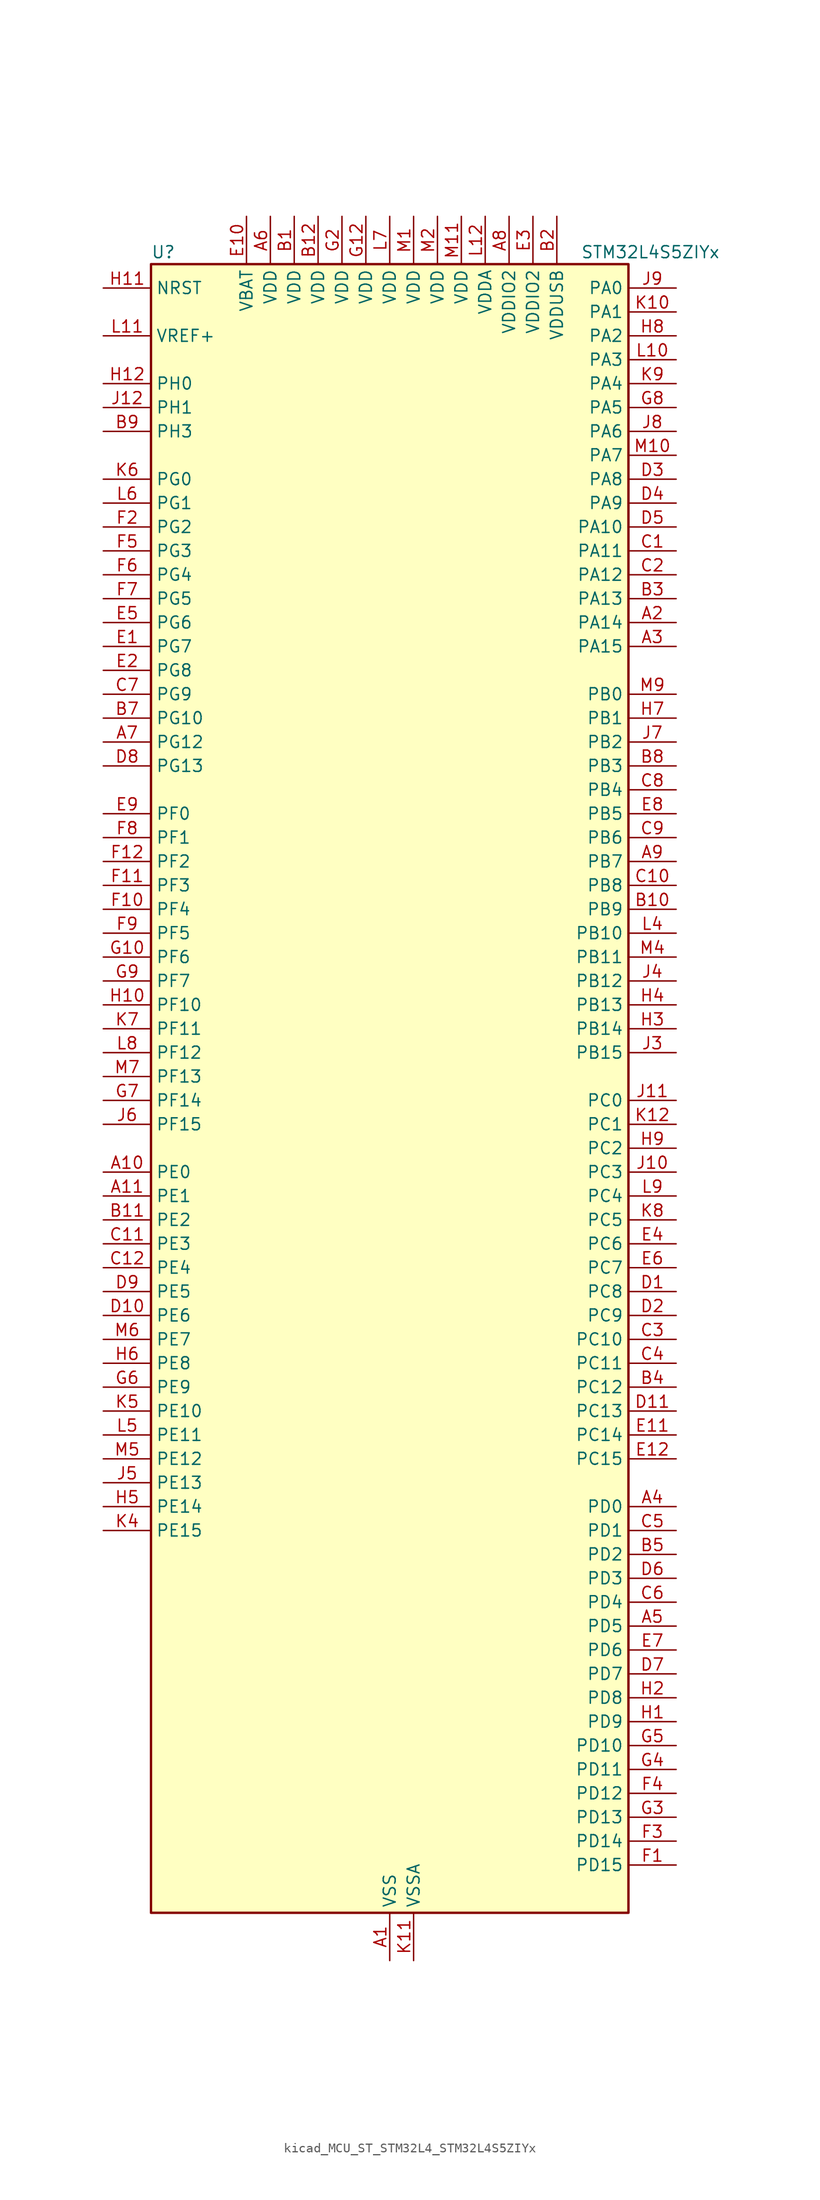
<source format=kicad_sym>
(kicad_symbol_lib
  (version 20220914)
  (generator kicad_symbol_editor)
  (symbol "kicad_MCU_ST_STM32L4_STM32L4S5ZIYx"
    (property "Reference" "U"
      (at -25.4 90.17 0)
      (effects (font (size 1.27 1.27)) (justify left)))
    (property "Value" "STM32L4S5ZIYx"
      (at 20.32 90.17 0)
      (effects (font (size 1.27 1.27)) (justify left)))
    (property "ki_locked" ""
      (at 0 0 0)
      (effects (font (size 1.27 1.27))))
    (symbol "kicad_MCU_ST_STM32L4_STM32L4S5ZIYx_0_1"
      (rectangle (start -25.4 -86.36) (end 25.4 88.9) (stroke (width 0.254) (type default)) (fill (type background))))
    (symbol "kicad_MCU_ST_STM32L4_STM32L4S5ZIYx_1_1"
      (pin power_in line (at 0 -91.44 90) (length 5.08) (name "VSS" (effects (font (size 1.27 1.27)))) (number "A1" (effects (font (size 1.27 1.27)))))
      (pin bidirectional line (at -30.48 -7.62 0) (length 5.08) (name "PE0" (effects (font (size 1.27 1.27)))) (number "A10" (effects (font (size 1.27 1.27)))) (alternate "DCMI_D2" bidirectional line) (alternate "FMC_NBL0" bidirectional line) (alternate "TIM16_CH1" bidirectional line) (alternate "TIM4_ETR" bidirectional line))
      (pin bidirectional line (at -30.48 -10.16 0) (length 5.08) (name "PE1" (effects (font (size 1.27 1.27)))) (number "A11" (effects (font (size 1.27 1.27)))) (alternate "DCMI_D3" bidirectional line) (alternate "FMC_NBL1" bidirectional line) (alternate "TIM17_CH1" bidirectional line))
      (pin passive line (at 0 -91.44 90) (length 5.08) hide (name "VSS" (effects (font (size 1.27 1.27)))) (number "A12" (effects (font (size 1.27 1.27)))))
      (pin bidirectional line (at 30.48 50.8 180) (length 5.08) (name "PA14" (effects (font (size 1.27 1.27)))) (number "A2" (effects (font (size 1.27 1.27)))) (alternate "I2C1_SMBA" bidirectional line) (alternate "I2C4_SMBA" bidirectional line) (alternate "LPTIM1_OUT" bidirectional line) (alternate "SAI1_FS_B" bidirectional line) (alternate "SYS_JTCK-SWCLK" bidirectional line) (alternate "USB_OTG_FS_SOF" bidirectional line))
      (pin bidirectional line (at 30.48 48.26 180) (length 5.08) (name "PA15" (effects (font (size 1.27 1.27)))) (number "A3" (effects (font (size 1.27 1.27)))) (alternate "ADC1_EXTI15" bidirectional line) (alternate "SAI2_FS_B" bidirectional line) (alternate "SPI1_NSS" bidirectional line) (alternate "SPI3_NSS" bidirectional line) (alternate "SYS_JTDI" bidirectional line) (alternate "TIM2_CH1" bidirectional line) (alternate "TIM2_ETR" bidirectional line) (alternate "TSC_G3_IO1" bidirectional line) (alternate "UART4_DE" bidirectional line) (alternate "UART4_RTS" bidirectional line) (alternate "USART2_RX" bidirectional line) (alternate "USART3_DE" bidirectional line) (alternate "USART3_RTS" bidirectional line))
      (pin bidirectional line (at 30.48 -43.18 180) (length 5.08) (name "PD0" (effects (font (size 1.27 1.27)))) (number "A4" (effects (font (size 1.27 1.27)))) (alternate "CAN1_RX" bidirectional line) (alternate "DFSDM1_DATIN7" bidirectional line) (alternate "FMC_D2" bidirectional line) (alternate "FMC_DA2" bidirectional line) (alternate "SPI2_NSS" bidirectional line))
      (pin bidirectional line (at 30.48 -55.88 180) (length 5.08) (name "PD5" (effects (font (size 1.27 1.27)))) (number "A5" (effects (font (size 1.27 1.27)))) (alternate "FMC_NWE" bidirectional line) (alternate "OCTOSPIM_P1_IO5" bidirectional line) (alternate "USART2_TX" bidirectional line))
      (pin power_in line (at -12.7 93.98 270) (length 5.08) (name "VDD" (effects (font (size 1.27 1.27)))) (number "A6" (effects (font (size 1.27 1.27)))))
      (pin bidirectional line (at -30.48 38.1 0) (length 5.08) (name "PG12" (effects (font (size 1.27 1.27)))) (number "A7" (effects (font (size 1.27 1.27)))) (alternate "FMC_NE4" bidirectional line) (alternate "LPTIM1_ETR" bidirectional line) (alternate "OCTOSPIM_P2_NCS" bidirectional line) (alternate "SAI2_SD_A" bidirectional line) (alternate "SPI3_NSS" bidirectional line) (alternate "USART1_DE" bidirectional line) (alternate "USART1_RTS" bidirectional line))
      (pin power_in line (at 12.7 93.98 270) (length 5.08) (name "VDDIO2" (effects (font (size 1.27 1.27)))) (number "A8" (effects (font (size 1.27 1.27)))))
      (pin bidirectional line (at 30.48 25.4 180) (length 5.08) (name "PB7" (effects (font (size 1.27 1.27)))) (number "A9" (effects (font (size 1.27 1.27)))) (alternate "COMP2_INM" bidirectional line) (alternate "DCMI_VSYNC" bidirectional line) (alternate "DFSDM1_CKIN5" bidirectional line) (alternate "FMC_NL" bidirectional line) (alternate "I2C1_SDA" bidirectional line) (alternate "I2C4_SDA" bidirectional line) (alternate "LPTIM1_IN2" bidirectional line) (alternate "SYS_PVD_IN" bidirectional line) (alternate "TIM17_CH1N" bidirectional line) (alternate "TIM4_CH2" bidirectional line) (alternate "TIM8_BKIN" bidirectional line) (alternate "TSC_G2_IO4" bidirectional line) (alternate "UART4_CTS" bidirectional line) (alternate "USART1_RX" bidirectional line))
      (pin power_in line (at -10.16 93.98 270) (length 5.08) (name "VDD" (effects (font (size 1.27 1.27)))) (number "B1" (effects (font (size 1.27 1.27)))))
      (pin bidirectional line (at 30.48 20.32 180) (length 5.08) (name "PB9" (effects (font (size 1.27 1.27)))) (number "B10" (effects (font (size 1.27 1.27)))) (alternate "CAN1_TX" bidirectional line) (alternate "DAC1_EXTI9" bidirectional line) (alternate "DCMI_D7" bidirectional line) (alternate "DFSDM1_CKIN6" bidirectional line) (alternate "I2C1_SDA" bidirectional line) (alternate "IR_OUT" bidirectional line) (alternate "SAI1_D2" bidirectional line) (alternate "SAI1_FS_A" bidirectional line) (alternate "SDMMC1_CDIR" bidirectional line) (alternate "SDMMC1_D5" bidirectional line) (alternate "SPI2_NSS" bidirectional line) (alternate "TIM17_CH1" bidirectional line) (alternate "TIM4_CH4" bidirectional line))
      (pin bidirectional line (at -30.48 -12.7 0) (length 5.08) (name "PE2" (effects (font (size 1.27 1.27)))) (number "B11" (effects (font (size 1.27 1.27)))) (alternate "FMC_A23" bidirectional line) (alternate "SAI1_CK1" bidirectional line) (alternate "SAI1_MCLK_A" bidirectional line) (alternate "SYS_TRACECLK" bidirectional line) (alternate "TIM3_ETR" bidirectional line) (alternate "TSC_G7_IO1" bidirectional line))
      (pin power_in line (at -7.62 93.98 270) (length 5.08) (name "VDD" (effects (font (size 1.27 1.27)))) (number "B12" (effects (font (size 1.27 1.27)))))
      (pin power_in line (at 17.78 93.98 270) (length 5.08) (name "VDDUSB" (effects (font (size 1.27 1.27)))) (number "B2" (effects (font (size 1.27 1.27)))))
      (pin bidirectional line (at 30.48 53.34 180) (length 5.08) (name "PA13" (effects (font (size 1.27 1.27)))) (number "B3" (effects (font (size 1.27 1.27)))) (alternate "IR_OUT" bidirectional line) (alternate "SAI1_SD_B" bidirectional line) (alternate "SYS_JTMS-SWDIO" bidirectional line) (alternate "USB_OTG_FS_NOE" bidirectional line))
      (pin bidirectional line (at 30.48 -30.48 180) (length 5.08) (name "PC12" (effects (font (size 1.27 1.27)))) (number "B4" (effects (font (size 1.27 1.27)))) (alternate "DCMI_D9" bidirectional line) (alternate "SAI2_SD_B" bidirectional line) (alternate "SDMMC1_CK" bidirectional line) (alternate "SPI3_MOSI" bidirectional line) (alternate "SYS_TRACED3" bidirectional line) (alternate "TSC_G3_IO4" bidirectional line) (alternate "UART5_TX" bidirectional line) (alternate "USART3_CK" bidirectional line))
      (pin bidirectional line (at 30.48 -48.26 180) (length 5.08) (name "PD2" (effects (font (size 1.27 1.27)))) (number "B5" (effects (font (size 1.27 1.27)))) (alternate "DCMI_D11" bidirectional line) (alternate "SDMMC1_CMD" bidirectional line) (alternate "SYS_TRACED2" bidirectional line) (alternate "TIM3_ETR" bidirectional line) (alternate "TSC_SYNC" bidirectional line) (alternate "UART5_RX" bidirectional line) (alternate "USART3_DE" bidirectional line) (alternate "USART3_RTS" bidirectional line))
      (pin passive line (at 0 -91.44 90) (length 5.08) hide (name "VSS" (effects (font (size 1.27 1.27)))) (number "B6" (effects (font (size 1.27 1.27)))))
      (pin bidirectional line (at -30.48 40.64 0) (length 5.08) (name "PG10" (effects (font (size 1.27 1.27)))) (number "B7" (effects (font (size 1.27 1.27)))) (alternate "FMC_NE3" bidirectional line) (alternate "LPTIM1_IN1" bidirectional line) (alternate "OCTOSPIM_P2_IO7" bidirectional line) (alternate "SAI2_FS_A" bidirectional line) (alternate "SPI3_MISO" bidirectional line) (alternate "TIM15_CH1" bidirectional line) (alternate "USART1_RX" bidirectional line))
      (pin bidirectional line (at 30.48 35.56 180) (length 5.08) (name "PB3" (effects (font (size 1.27 1.27)))) (number "B8" (effects (font (size 1.27 1.27)))) (alternate "COMP2_INM" bidirectional line) (alternate "CRS_SYNC" bidirectional line) (alternate "SAI1_SCK_B" bidirectional line) (alternate "SPI1_SCK" bidirectional line) (alternate "SPI3_SCK" bidirectional line) (alternate "SYS_JTDO-SWO" bidirectional line) (alternate "TIM2_CH2" bidirectional line) (alternate "USART1_DE" bidirectional line) (alternate "USART1_RTS" bidirectional line))
      (pin bidirectional line (at -30.48 71.12 0) (length 5.08) (name "PH3" (effects (font (size 1.27 1.27)))) (number "B9" (effects (font (size 1.27 1.27)))))
      (pin bidirectional line (at 30.48 58.42 180) (length 5.08) (name "PA11" (effects (font (size 1.27 1.27)))) (number "C1" (effects (font (size 1.27 1.27)))) (alternate "ADC1_EXTI11" bidirectional line) (alternate "CAN1_RX" bidirectional line) (alternate "SPI1_MISO" bidirectional line) (alternate "TIM1_BKIN2" bidirectional line) (alternate "TIM1_CH4" bidirectional line) (alternate "USART1_CTS" bidirectional line) (alternate "USART1_NSS" bidirectional line) (alternate "USB_OTG_FS_DM" bidirectional line))
      (pin bidirectional line (at 30.48 22.86 180) (length 5.08) (name "PB8" (effects (font (size 1.27 1.27)))) (number "C10" (effects (font (size 1.27 1.27)))) (alternate "CAN1_RX" bidirectional line) (alternate "DCMI_D6" bidirectional line) (alternate "DFSDM1_CKOUT" bidirectional line) (alternate "DFSDM1_DATIN6" bidirectional line) (alternate "I2C1_SCL" bidirectional line) (alternate "SAI1_CK1" bidirectional line) (alternate "SAI1_MCLK_A" bidirectional line) (alternate "SDMMC1_CKIN" bidirectional line) (alternate "SDMMC1_D4" bidirectional line) (alternate "TIM16_CH1" bidirectional line) (alternate "TIM4_CH3" bidirectional line))
      (pin bidirectional line (at -30.48 -15.24 0) (length 5.08) (name "PE3" (effects (font (size 1.27 1.27)))) (number "C11" (effects (font (size 1.27 1.27)))) (alternate "FMC_A19" bidirectional line) (alternate "OCTOSPIM_P1_DQS" bidirectional line) (alternate "SAI1_SD_B" bidirectional line) (alternate "SYS_TRACED0" bidirectional line) (alternate "TIM3_CH1" bidirectional line) (alternate "TSC_G7_IO2" bidirectional line))
      (pin bidirectional line (at -30.48 -17.78 0) (length 5.08) (name "PE4" (effects (font (size 1.27 1.27)))) (number "C12" (effects (font (size 1.27 1.27)))) (alternate "DCMI_D4" bidirectional line) (alternate "DFSDM1_DATIN3" bidirectional line) (alternate "FMC_A20" bidirectional line) (alternate "SAI1_D2" bidirectional line) (alternate "SAI1_FS_A" bidirectional line) (alternate "SYS_TRACED1" bidirectional line) (alternate "TIM3_CH2" bidirectional line) (alternate "TSC_G7_IO3" bidirectional line))
      (pin bidirectional line (at 30.48 55.88 180) (length 5.08) (name "PA12" (effects (font (size 1.27 1.27)))) (number "C2" (effects (font (size 1.27 1.27)))) (alternate "CAN1_TX" bidirectional line) (alternate "SPI1_MOSI" bidirectional line) (alternate "TIM1_ETR" bidirectional line) (alternate "USART1_DE" bidirectional line) (alternate "USART1_RTS" bidirectional line) (alternate "USB_OTG_FS_DP" bidirectional line))
      (pin bidirectional line (at 30.48 -25.4 180) (length 5.08) (name "PC10" (effects (font (size 1.27 1.27)))) (number "C3" (effects (font (size 1.27 1.27)))) (alternate "DCMI_D8" bidirectional line) (alternate "SAI2_SCK_B" bidirectional line) (alternate "SDMMC1_D2" bidirectional line) (alternate "SPI3_SCK" bidirectional line) (alternate "SYS_TRACED1" bidirectional line) (alternate "TSC_G3_IO2" bidirectional line) (alternate "UART4_TX" bidirectional line) (alternate "USART3_TX" bidirectional line))
      (pin bidirectional line (at 30.48 -27.94 180) (length 5.08) (name "PC11" (effects (font (size 1.27 1.27)))) (number "C4" (effects (font (size 1.27 1.27)))) (alternate "ADC1_EXTI11" bidirectional line) (alternate "DCMI_D2" bidirectional line) (alternate "DCMI_D4" bidirectional line) (alternate "OCTOSPIM_P1_NCS" bidirectional line) (alternate "SAI2_MCLK_B" bidirectional line) (alternate "SDMMC1_D3" bidirectional line) (alternate "SPI3_MISO" bidirectional line) (alternate "TSC_G3_IO3" bidirectional line) (alternate "UART4_RX" bidirectional line) (alternate "USART3_RX" bidirectional line))
      (pin bidirectional line (at 30.48 -45.72 180) (length 5.08) (name "PD1" (effects (font (size 1.27 1.27)))) (number "C5" (effects (font (size 1.27 1.27)))) (alternate "CAN1_TX" bidirectional line) (alternate "DFSDM1_CKIN7" bidirectional line) (alternate "FMC_D3" bidirectional line) (alternate "FMC_DA3" bidirectional line) (alternate "SPI2_SCK" bidirectional line))
      (pin bidirectional line (at 30.48 -53.34 180) (length 5.08) (name "PD4" (effects (font (size 1.27 1.27)))) (number "C6" (effects (font (size 1.27 1.27)))) (alternate "DFSDM1_CKIN0" bidirectional line) (alternate "FMC_NOE" bidirectional line) (alternate "OCTOSPIM_P1_IO4" bidirectional line) (alternate "SPI2_MOSI" bidirectional line) (alternate "USART2_DE" bidirectional line) (alternate "USART2_RTS" bidirectional line))
      (pin bidirectional line (at -30.48 43.18 0) (length 5.08) (name "PG9" (effects (font (size 1.27 1.27)))) (number "C7" (effects (font (size 1.27 1.27)))) (alternate "DAC1_EXTI9" bidirectional line) (alternate "FMC_NCE" bidirectional line) (alternate "FMC_NE2" bidirectional line) (alternate "OCTOSPIM_P2_IO6" bidirectional line) (alternate "SAI2_SCK_A" bidirectional line) (alternate "SPI3_SCK" bidirectional line) (alternate "TIM15_CH1N" bidirectional line) (alternate "USART1_TX" bidirectional line))
      (pin bidirectional line (at 30.48 33.02 180) (length 5.08) (name "PB4" (effects (font (size 1.27 1.27)))) (number "C8" (effects (font (size 1.27 1.27)))) (alternate "COMP2_INP" bidirectional line) (alternate "DCMI_D12" bidirectional line) (alternate "I2C3_SDA" bidirectional line) (alternate "SAI1_MCLK_B" bidirectional line) (alternate "SPI1_MISO" bidirectional line) (alternate "SPI3_MISO" bidirectional line) (alternate "SYS_JTRST" bidirectional line) (alternate "TIM17_BKIN" bidirectional line) (alternate "TIM3_CH1" bidirectional line) (alternate "TSC_G2_IO1" bidirectional line) (alternate "UART5_DE" bidirectional line) (alternate "UART5_RTS" bidirectional line) (alternate "USART1_CTS" bidirectional line) (alternate "USART1_NSS" bidirectional line))
      (pin bidirectional line (at 30.48 27.94 180) (length 5.08) (name "PB6" (effects (font (size 1.27 1.27)))) (number "C9" (effects (font (size 1.27 1.27)))) (alternate "COMP2_INP" bidirectional line) (alternate "DCMI_D5" bidirectional line) (alternate "DFSDM1_DATIN5" bidirectional line) (alternate "I2C1_SCL" bidirectional line) (alternate "I2C4_SCL" bidirectional line) (alternate "LPTIM1_ETR" bidirectional line) (alternate "SAI1_FS_B" bidirectional line) (alternate "TIM16_CH1N" bidirectional line) (alternate "TIM4_CH1" bidirectional line) (alternate "TIM8_BKIN2" bidirectional line) (alternate "TSC_G2_IO3" bidirectional line) (alternate "USART1_TX" bidirectional line))
      (pin bidirectional line (at 30.48 -20.32 180) (length 5.08) (name "PC8" (effects (font (size 1.27 1.27)))) (number "D1" (effects (font (size 1.27 1.27)))) (alternate "DCMI_D2" bidirectional line) (alternate "SDMMC1_D0" bidirectional line) (alternate "TIM3_CH3" bidirectional line) (alternate "TIM8_CH3" bidirectional line) (alternate "TSC_G4_IO3" bidirectional line))
      (pin bidirectional line (at -30.48 -22.86 0) (length 5.08) (name "PE6" (effects (font (size 1.27 1.27)))) (number "D10" (effects (font (size 1.27 1.27)))) (alternate "DCMI_D7" bidirectional line) (alternate "FMC_A22" bidirectional line) (alternate "RTC_TAMP3" bidirectional line) (alternate "SAI1_D1" bidirectional line) (alternate "SAI1_SD_A" bidirectional line) (alternate "SYS_TRACED3" bidirectional line) (alternate "SYS_WKUP3" bidirectional line) (alternate "TIM3_CH4" bidirectional line))
      (pin bidirectional line (at 30.48 -33.02 180) (length 5.08) (name "PC13" (effects (font (size 1.27 1.27)))) (number "D11" (effects (font (size 1.27 1.27)))) (alternate "RTC_OUT_ALARM" bidirectional line) (alternate "RTC_OUT_CALIB" bidirectional line) (alternate "RTC_TAMP1" bidirectional line) (alternate "RTC_TS" bidirectional line) (alternate "SYS_WKUP2" bidirectional line))
      (pin passive line (at 0 -91.44 90) (length 5.08) hide (name "VSS" (effects (font (size 1.27 1.27)))) (number "D12" (effects (font (size 1.27 1.27)))))
      (pin bidirectional line (at 30.48 -22.86 180) (length 5.08) (name "PC9" (effects (font (size 1.27 1.27)))) (number "D2" (effects (font (size 1.27 1.27)))) (alternate "DAC1_EXTI9" bidirectional line) (alternate "DCMI_D3" bidirectional line) (alternate "I2C3_SDA" bidirectional line) (alternate "SAI2_EXTCLK" bidirectional line) (alternate "SDMMC1_D1" bidirectional line) (alternate "SYS_TRACED0" bidirectional line) (alternate "TIM3_CH4" bidirectional line) (alternate "TIM8_BKIN2" bidirectional line) (alternate "TIM8_CH4" bidirectional line) (alternate "TSC_G4_IO4" bidirectional line) (alternate "USB_OTG_FS_NOE" bidirectional line))
      (pin bidirectional line (at 30.48 66.04 180) (length 5.08) (name "PA8" (effects (font (size 1.27 1.27)))) (number "D3" (effects (font (size 1.27 1.27)))) (alternate "LPTIM2_OUT" bidirectional line) (alternate "RCC_MCO" bidirectional line) (alternate "SAI1_CK2" bidirectional line) (alternate "SAI1_SCK_A" bidirectional line) (alternate "TIM1_CH1" bidirectional line) (alternate "USART1_CK" bidirectional line) (alternate "USB_OTG_FS_SOF" bidirectional line))
      (pin bidirectional line (at 30.48 63.5 180) (length 5.08) (name "PA9" (effects (font (size 1.27 1.27)))) (number "D4" (effects (font (size 1.27 1.27)))) (alternate "DAC1_EXTI9" bidirectional line) (alternate "DCMI_D0" bidirectional line) (alternate "SAI1_FS_A" bidirectional line) (alternate "SPI2_SCK" bidirectional line) (alternate "TIM15_BKIN" bidirectional line) (alternate "TIM1_CH2" bidirectional line) (alternate "USART1_TX" bidirectional line) (alternate "USB_OTG_FS_VBUS" bidirectional line))
      (pin bidirectional line (at 30.48 60.96 180) (length 5.08) (name "PA10" (effects (font (size 1.27 1.27)))) (number "D5" (effects (font (size 1.27 1.27)))) (alternate "DCMI_D1" bidirectional line) (alternate "SAI1_D1" bidirectional line) (alternate "SAI1_SD_A" bidirectional line) (alternate "TIM17_BKIN" bidirectional line) (alternate "TIM1_CH3" bidirectional line) (alternate "USART1_RX" bidirectional line) (alternate "USB_OTG_FS_ID" bidirectional line))
      (pin bidirectional line (at 30.48 -50.8 180) (length 5.08) (name "PD3" (effects (font (size 1.27 1.27)))) (number "D6" (effects (font (size 1.27 1.27)))) (alternate "DCMI_D5" bidirectional line) (alternate "DFSDM1_DATIN0" bidirectional line) (alternate "FMC_CLK" bidirectional line) (alternate "OCTOSPIM_P2_NCS" bidirectional line) (alternate "SPI2_MISO" bidirectional line) (alternate "SPI2_SCK" bidirectional line) (alternate "USART2_CTS" bidirectional line) (alternate "USART2_NSS" bidirectional line))
      (pin bidirectional line (at 30.48 -60.96 180) (length 5.08) (name "PD7" (effects (font (size 1.27 1.27)))) (number "D7" (effects (font (size 1.27 1.27)))) (alternate "DFSDM1_CKIN1" bidirectional line) (alternate "FMC_NCE" bidirectional line) (alternate "FMC_NE1" bidirectional line) (alternate "OCTOSPIM_P1_IO7" bidirectional line) (alternate "USART2_CK" bidirectional line))
      (pin bidirectional line (at -30.48 35.56 0) (length 5.08) (name "PG13" (effects (font (size 1.27 1.27)))) (number "D8" (effects (font (size 1.27 1.27)))) (alternate "FMC_A24" bidirectional line) (alternate "I2C1_SDA" bidirectional line) (alternate "USART1_CK" bidirectional line))
      (pin bidirectional line (at -30.48 -20.32 0) (length 5.08) (name "PE5" (effects (font (size 1.27 1.27)))) (number "D9" (effects (font (size 1.27 1.27)))) (alternate "DCMI_D6" bidirectional line) (alternate "DFSDM1_CKIN3" bidirectional line) (alternate "FMC_A21" bidirectional line) (alternate "SAI1_CK2" bidirectional line) (alternate "SAI1_SCK_A" bidirectional line) (alternate "SYS_TRACED2" bidirectional line) (alternate "TIM3_CH3" bidirectional line) (alternate "TSC_G7_IO4" bidirectional line))
      (pin bidirectional line (at -30.48 48.26 0) (length 5.08) (name "PG7" (effects (font (size 1.27 1.27)))) (number "E1" (effects (font (size 1.27 1.27)))) (alternate "DFSDM1_CKOUT" bidirectional line) (alternate "FMC_INT" bidirectional line) (alternate "I2C3_SCL" bidirectional line) (alternate "LPUART1_TX" bidirectional line) (alternate "OCTOSPIM_P2_DQS" bidirectional line) (alternate "SAI1_CK1" bidirectional line) (alternate "SAI1_MCLK_A" bidirectional line))
      (pin power_in line (at -15.24 93.98 270) (length 5.08) (name "VBAT" (effects (font (size 1.27 1.27)))) (number "E10" (effects (font (size 1.27 1.27)))))
      (pin bidirectional line (at 30.48 -35.56 180) (length 5.08) (name "PC14" (effects (font (size 1.27 1.27)))) (number "E11" (effects (font (size 1.27 1.27)))) (alternate "RCC_OSC32_IN" bidirectional line))
      (pin bidirectional line (at 30.48 -38.1 180) (length 5.08) (name "PC15" (effects (font (size 1.27 1.27)))) (number "E12" (effects (font (size 1.27 1.27)))) (alternate "ADC1_EXTI15" bidirectional line) (alternate "RCC_OSC32_OUT" bidirectional line))
      (pin bidirectional line (at -30.48 45.72 0) (length 5.08) (name "PG8" (effects (font (size 1.27 1.27)))) (number "E2" (effects (font (size 1.27 1.27)))) (alternate "I2C3_SDA" bidirectional line) (alternate "LPUART1_RX" bidirectional line))
      (pin power_in line (at 15.24 93.98 270) (length 5.08) (name "VDDIO2" (effects (font (size 1.27 1.27)))) (number "E3" (effects (font (size 1.27 1.27)))))
      (pin bidirectional line (at 30.48 -15.24 180) (length 5.08) (name "PC6" (effects (font (size 1.27 1.27)))) (number "E4" (effects (font (size 1.27 1.27)))) (alternate "DCMI_D0" bidirectional line) (alternate "DFSDM1_CKIN3" bidirectional line) (alternate "SAI2_MCLK_A" bidirectional line) (alternate "SDMMC1_D0DIR" bidirectional line) (alternate "SDMMC1_D6" bidirectional line) (alternate "TIM3_CH1" bidirectional line) (alternate "TIM8_CH1" bidirectional line) (alternate "TSC_G4_IO1" bidirectional line))
      (pin bidirectional line (at -30.48 50.8 0) (length 5.08) (name "PG6" (effects (font (size 1.27 1.27)))) (number "E5" (effects (font (size 1.27 1.27)))) (alternate "I2C3_SMBA" bidirectional line) (alternate "LPUART1_DE" bidirectional line) (alternate "LPUART1_RTS" bidirectional line) (alternate "OCTOSPIM_P1_DQS" bidirectional line))
      (pin bidirectional line (at 30.48 -17.78 180) (length 5.08) (name "PC7" (effects (font (size 1.27 1.27)))) (number "E6" (effects (font (size 1.27 1.27)))) (alternate "DCMI_D1" bidirectional line) (alternate "DFSDM1_DATIN3" bidirectional line) (alternate "SAI2_MCLK_B" bidirectional line) (alternate "SDMMC1_D123DIR" bidirectional line) (alternate "SDMMC1_D7" bidirectional line) (alternate "TIM3_CH2" bidirectional line) (alternate "TIM8_CH2" bidirectional line) (alternate "TSC_G4_IO2" bidirectional line))
      (pin bidirectional line (at 30.48 -58.42 180) (length 5.08) (name "PD6" (effects (font (size 1.27 1.27)))) (number "E7" (effects (font (size 1.27 1.27)))) (alternate "DCMI_D10" bidirectional line) (alternate "DFSDM1_DATIN1" bidirectional line) (alternate "FMC_NWAIT" bidirectional line) (alternate "OCTOSPIM_P1_IO6" bidirectional line) (alternate "SAI1_D1" bidirectional line) (alternate "SAI1_SD_A" bidirectional line) (alternate "SPI3_MOSI" bidirectional line) (alternate "USART2_RX" bidirectional line))
      (pin bidirectional line (at 30.48 30.48 180) (length 5.08) (name "PB5" (effects (font (size 1.27 1.27)))) (number "E8" (effects (font (size 1.27 1.27)))) (alternate "COMP2_OUT" bidirectional line) (alternate "DCMI_D10" bidirectional line) (alternate "I2C1_SMBA" bidirectional line) (alternate "LPTIM1_IN1" bidirectional line) (alternate "SAI1_SD_B" bidirectional line) (alternate "SPI1_MOSI" bidirectional line) (alternate "SPI3_MOSI" bidirectional line) (alternate "TIM16_BKIN" bidirectional line) (alternate "TIM3_CH2" bidirectional line) (alternate "TSC_G2_IO2" bidirectional line) (alternate "UART5_CTS" bidirectional line) (alternate "USART1_CK" bidirectional line))
      (pin bidirectional line (at -30.48 30.48 0) (length 5.08) (name "PF0" (effects (font (size 1.27 1.27)))) (number "E9" (effects (font (size 1.27 1.27)))) (alternate "FMC_A0" bidirectional line) (alternate "I2C2_SDA" bidirectional line) (alternate "OCTOSPIM_P2_IO0" bidirectional line))
      (pin bidirectional line (at 30.48 -81.28 180) (length 5.08) (name "PD15" (effects (font (size 1.27 1.27)))) (number "F1" (effects (font (size 1.27 1.27)))) (alternate "ADC1_EXTI15" bidirectional line) (alternate "FMC_D1" bidirectional line) (alternate "FMC_DA1" bidirectional line) (alternate "TIM4_CH4" bidirectional line))
      (pin bidirectional line (at -30.48 20.32 0) (length 5.08) (name "PF4" (effects (font (size 1.27 1.27)))) (number "F10" (effects (font (size 1.27 1.27)))) (alternate "FMC_A4" bidirectional line) (alternate "OCTOSPIM_P2_CLK" bidirectional line))
      (pin bidirectional line (at -30.48 22.86 0) (length 5.08) (name "PF3" (effects (font (size 1.27 1.27)))) (number "F11" (effects (font (size 1.27 1.27)))) (alternate "FMC_A3" bidirectional line) (alternate "OCTOSPIM_P2_IO3" bidirectional line))
      (pin bidirectional line (at -30.48 25.4 0) (length 5.08) (name "PF2" (effects (font (size 1.27 1.27)))) (number "F12" (effects (font (size 1.27 1.27)))) (alternate "FMC_A2" bidirectional line) (alternate "I2C2_SMBA" bidirectional line) (alternate "OCTOSPIM_P2_IO2" bidirectional line))
      (pin bidirectional line (at -30.48 60.96 0) (length 5.08) (name "PG2" (effects (font (size 1.27 1.27)))) (number "F2" (effects (font (size 1.27 1.27)))) (alternate "FMC_A12" bidirectional line) (alternate "SAI2_SCK_B" bidirectional line) (alternate "SPI1_SCK" bidirectional line))
      (pin bidirectional line (at 30.48 -78.74 180) (length 5.08) (name "PD14" (effects (font (size 1.27 1.27)))) (number "F3" (effects (font (size 1.27 1.27)))) (alternate "FMC_D0" bidirectional line) (alternate "FMC_DA0" bidirectional line) (alternate "TIM4_CH3" bidirectional line))
      (pin bidirectional line (at 30.48 -73.66 180) (length 5.08) (name "PD12" (effects (font (size 1.27 1.27)))) (number "F4" (effects (font (size 1.27 1.27)))) (alternate "FMC_A17" bidirectional line) (alternate "FMC_ALE" bidirectional line) (alternate "I2C4_SCL" bidirectional line) (alternate "LPTIM2_IN1" bidirectional line) (alternate "SAI2_FS_A" bidirectional line) (alternate "TIM4_CH1" bidirectional line) (alternate "TSC_G6_IO3" bidirectional line) (alternate "USART3_DE" bidirectional line) (alternate "USART3_RTS" bidirectional line))
      (pin bidirectional line (at -30.48 58.42 0) (length 5.08) (name "PG3" (effects (font (size 1.27 1.27)))) (number "F5" (effects (font (size 1.27 1.27)))) (alternate "FMC_A13" bidirectional line) (alternate "SAI2_FS_B" bidirectional line) (alternate "SPI1_MISO" bidirectional line))
      (pin bidirectional line (at -30.48 55.88 0) (length 5.08) (name "PG4" (effects (font (size 1.27 1.27)))) (number "F6" (effects (font (size 1.27 1.27)))) (alternate "FMC_A14" bidirectional line) (alternate "SAI2_MCLK_B" bidirectional line) (alternate "SPI1_MOSI" bidirectional line))
      (pin bidirectional line (at -30.48 53.34 0) (length 5.08) (name "PG5" (effects (font (size 1.27 1.27)))) (number "F7" (effects (font (size 1.27 1.27)))) (alternate "FMC_A15" bidirectional line) (alternate "LPUART1_CTS" bidirectional line) (alternate "SAI2_SD_B" bidirectional line) (alternate "SPI1_NSS" bidirectional line))
      (pin bidirectional line (at -30.48 27.94 0) (length 5.08) (name "PF1" (effects (font (size 1.27 1.27)))) (number "F8" (effects (font (size 1.27 1.27)))) (alternate "FMC_A1" bidirectional line) (alternate "I2C2_SCL" bidirectional line) (alternate "OCTOSPIM_P2_IO1" bidirectional line))
      (pin bidirectional line (at -30.48 17.78 0) (length 5.08) (name "PF5" (effects (font (size 1.27 1.27)))) (number "F9" (effects (font (size 1.27 1.27)))) (alternate "FMC_A5" bidirectional line))
      (pin passive line (at 0 -91.44 90) (length 5.08) hide (name "VSS" (effects (font (size 1.27 1.27)))) (number "G1" (effects (font (size 1.27 1.27)))))
      (pin bidirectional line (at -30.48 15.24 0) (length 5.08) (name "PF6" (effects (font (size 1.27 1.27)))) (number "G10" (effects (font (size 1.27 1.27)))) (alternate "OCTOSPIM_P1_IO3" bidirectional line) (alternate "SAI1_SD_B" bidirectional line) (alternate "TIM5_CH1" bidirectional line) (alternate "TIM5_ETR" bidirectional line))
      (pin passive line (at 0 -91.44 90) (length 5.08) hide (name "VSS" (effects (font (size 1.27 1.27)))) (number "G11" (effects (font (size 1.27 1.27)))))
      (pin power_in line (at -2.54 93.98 270) (length 5.08) (name "VDD" (effects (font (size 1.27 1.27)))) (number "G12" (effects (font (size 1.27 1.27)))))
      (pin power_in line (at -5.08 93.98 270) (length 5.08) (name "VDD" (effects (font (size 1.27 1.27)))) (number "G2" (effects (font (size 1.27 1.27)))))
      (pin bidirectional line (at 30.48 -76.2 180) (length 5.08) (name "PD13" (effects (font (size 1.27 1.27)))) (number "G3" (effects (font (size 1.27 1.27)))) (alternate "FMC_A18" bidirectional line) (alternate "I2C4_SDA" bidirectional line) (alternate "LPTIM2_OUT" bidirectional line) (alternate "TIM4_CH2" bidirectional line) (alternate "TSC_G6_IO4" bidirectional line))
      (pin bidirectional line (at 30.48 -71.12 180) (length 5.08) (name "PD11" (effects (font (size 1.27 1.27)))) (number "G4" (effects (font (size 1.27 1.27)))) (alternate "ADC1_EXTI11" bidirectional line) (alternate "FMC_A16" bidirectional line) (alternate "FMC_CLE" bidirectional line) (alternate "I2C4_SMBA" bidirectional line) (alternate "LPTIM2_ETR" bidirectional line) (alternate "SAI2_SD_A" bidirectional line) (alternate "TSC_G6_IO2" bidirectional line) (alternate "USART3_CTS" bidirectional line) (alternate "USART3_NSS" bidirectional line))
      (pin bidirectional line (at 30.48 -68.58 180) (length 5.08) (name "PD10" (effects (font (size 1.27 1.27)))) (number "G5" (effects (font (size 1.27 1.27)))) (alternate "FMC_D15" bidirectional line) (alternate "FMC_DA15" bidirectional line) (alternate "SAI2_SCK_A" bidirectional line) (alternate "TSC_G6_IO1" bidirectional line) (alternate "USART3_CK" bidirectional line))
      (pin bidirectional line (at -30.48 -30.48 0) (length 5.08) (name "PE9" (effects (font (size 1.27 1.27)))) (number "G6" (effects (font (size 1.27 1.27)))) (alternate "DAC1_EXTI9" bidirectional line) (alternate "DFSDM1_CKOUT" bidirectional line) (alternate "FMC_D6" bidirectional line) (alternate "FMC_DA6" bidirectional line) (alternate "SAI1_FS_B" bidirectional line) (alternate "TIM1_CH1" bidirectional line))
      (pin bidirectional line (at -30.48 0 0) (length 5.08) (name "PF14" (effects (font (size 1.27 1.27)))) (number "G7" (effects (font (size 1.27 1.27)))) (alternate "DFSDM1_CKIN6" bidirectional line) (alternate "FMC_A8" bidirectional line) (alternate "I2C4_SCL" bidirectional line) (alternate "TSC_G8_IO1" bidirectional line))
      (pin bidirectional line (at 30.48 73.66 180) (length 5.08) (name "PA5" (effects (font (size 1.27 1.27)))) (number "G8" (effects (font (size 1.27 1.27)))) (alternate "ADC1_IN10" bidirectional line) (alternate "DAC1_OUT2" bidirectional line) (alternate "LPTIM2_ETR" bidirectional line) (alternate "SPI1_SCK" bidirectional line) (alternate "TIM2_CH1" bidirectional line) (alternate "TIM2_ETR" bidirectional line) (alternate "TIM8_CH1N" bidirectional line))
      (pin bidirectional line (at -30.48 12.7 0) (length 5.08) (name "PF7" (effects (font (size 1.27 1.27)))) (number "G9" (effects (font (size 1.27 1.27)))) (alternate "OCTOSPIM_P1_IO2" bidirectional line) (alternate "SAI1_MCLK_B" bidirectional line) (alternate "TIM5_CH2" bidirectional line))
      (pin bidirectional line (at 30.48 -66.04 180) (length 5.08) (name "PD9" (effects (font (size 1.27 1.27)))) (number "H1" (effects (font (size 1.27 1.27)))) (alternate "DAC1_EXTI9" bidirectional line) (alternate "DCMI_PIXCLK" bidirectional line) (alternate "FMC_D14" bidirectional line) (alternate "FMC_DA14" bidirectional line) (alternate "SAI2_MCLK_A" bidirectional line) (alternate "USART3_RX" bidirectional line))
      (pin bidirectional line (at -30.48 10.16 0) (length 5.08) (name "PF10" (effects (font (size 1.27 1.27)))) (number "H10" (effects (font (size 1.27 1.27)))) (alternate "DCMI_D11" bidirectional line) (alternate "DFSDM1_CKOUT" bidirectional line) (alternate "OCTOSPIM_P1_CLK" bidirectional line) (alternate "SAI1_D3" bidirectional line) (alternate "TIM15_CH2" bidirectional line))
      (pin input line (at -30.48 86.36 0) (length 5.08) (name "NRST" (effects (font (size 1.27 1.27)))) (number "H11" (effects (font (size 1.27 1.27)))))
      (pin bidirectional line (at -30.48 76.2 0) (length 5.08) (name "PH0" (effects (font (size 1.27 1.27)))) (number "H12" (effects (font (size 1.27 1.27)))) (alternate "RCC_OSC_IN" bidirectional line))
      (pin bidirectional line (at 30.48 -63.5 180) (length 5.08) (name "PD8" (effects (font (size 1.27 1.27)))) (number "H2" (effects (font (size 1.27 1.27)))) (alternate "DCMI_HSYNC" bidirectional line) (alternate "FMC_D13" bidirectional line) (alternate "FMC_DA13" bidirectional line) (alternate "USART3_TX" bidirectional line))
      (pin bidirectional line (at 30.48 7.62 180) (length 5.08) (name "PB14" (effects (font (size 1.27 1.27)))) (number "H3" (effects (font (size 1.27 1.27)))) (alternate "DFSDM1_DATIN2" bidirectional line) (alternate "I2C2_SDA" bidirectional line) (alternate "SAI2_MCLK_A" bidirectional line) (alternate "SPI2_MISO" bidirectional line) (alternate "TIM15_CH1" bidirectional line) (alternate "TIM1_CH2N" bidirectional line) (alternate "TIM8_CH2N" bidirectional line) (alternate "TSC_G1_IO3" bidirectional line) (alternate "USART3_DE" bidirectional line) (alternate "USART3_RTS" bidirectional line))
      (pin bidirectional line (at 30.48 10.16 180) (length 5.08) (name "PB13" (effects (font (size 1.27 1.27)))) (number "H4" (effects (font (size 1.27 1.27)))) (alternate "DFSDM1_CKIN1" bidirectional line) (alternate "I2C2_SCL" bidirectional line) (alternate "LPUART1_CTS" bidirectional line) (alternate "SAI2_SCK_A" bidirectional line) (alternate "SPI2_SCK" bidirectional line) (alternate "TIM15_CH1N" bidirectional line) (alternate "TIM1_CH1N" bidirectional line) (alternate "TSC_G1_IO2" bidirectional line) (alternate "USART3_CTS" bidirectional line) (alternate "USART3_NSS" bidirectional line))
      (pin bidirectional line (at -30.48 -43.18 0) (length 5.08) (name "PE14" (effects (font (size 1.27 1.27)))) (number "H5" (effects (font (size 1.27 1.27)))) (alternate "FMC_D11" bidirectional line) (alternate "FMC_DA11" bidirectional line) (alternate "OCTOSPIM_P1_IO2" bidirectional line) (alternate "SPI1_MISO" bidirectional line) (alternate "TIM1_BKIN2" bidirectional line) (alternate "TIM1_CH4" bidirectional line))
      (pin bidirectional line (at -30.48 -27.94 0) (length 5.08) (name "PE8" (effects (font (size 1.27 1.27)))) (number "H6" (effects (font (size 1.27 1.27)))) (alternate "DFSDM1_CKIN2" bidirectional line) (alternate "FMC_D5" bidirectional line) (alternate "FMC_DA5" bidirectional line) (alternate "SAI1_SCK_B" bidirectional line) (alternate "TIM1_CH1N" bidirectional line))
      (pin bidirectional line (at 30.48 40.64 180) (length 5.08) (name "PB1" (effects (font (size 1.27 1.27)))) (number "H7" (effects (font (size 1.27 1.27)))) (alternate "ADC1_IN16" bidirectional line) (alternate "COMP1_INM" bidirectional line) (alternate "DFSDM1_DATIN0" bidirectional line) (alternate "LPTIM2_IN1" bidirectional line) (alternate "LPUART1_DE" bidirectional line) (alternate "LPUART1_RTS" bidirectional line) (alternate "OCTOSPIM_P1_IO0" bidirectional line) (alternate "TIM1_CH3N" bidirectional line) (alternate "TIM3_CH4" bidirectional line) (alternate "TIM8_CH3N" bidirectional line) (alternate "USART3_DE" bidirectional line) (alternate "USART3_RTS" bidirectional line))
      (pin bidirectional line (at 30.48 81.28 180) (length 5.08) (name "PA2" (effects (font (size 1.27 1.27)))) (number "H8" (effects (font (size 1.27 1.27)))) (alternate "ADC1_IN7" bidirectional line) (alternate "LPUART1_TX" bidirectional line) (alternate "OCTOSPIM_P1_NCS" bidirectional line) (alternate "RCC_LSCO" bidirectional line) (alternate "SAI2_EXTCLK" bidirectional line) (alternate "SYS_WKUP4" bidirectional line) (alternate "TIM15_CH1" bidirectional line) (alternate "TIM2_CH3" bidirectional line) (alternate "TIM5_CH3" bidirectional line) (alternate "USART2_TX" bidirectional line))
      (pin bidirectional line (at 30.48 -5.08 180) (length 5.08) (name "PC2" (effects (font (size 1.27 1.27)))) (number "H9" (effects (font (size 1.27 1.27)))) (alternate "ADC1_IN3" bidirectional line) (alternate "DFSDM1_CKOUT" bidirectional line) (alternate "LPTIM1_IN2" bidirectional line) (alternate "OCTOSPIM_P1_IO5" bidirectional line) (alternate "SPI2_MISO" bidirectional line))
      (pin no_connect line (at -25.4 -86.36 0) (length 5.08) hide (name "NC" (effects (font (size 1.27 1.27)))) (number "J1" (effects (font (size 1.27 1.27)))))
      (pin bidirectional line (at 30.48 -7.62 180) (length 5.08) (name "PC3" (effects (font (size 1.27 1.27)))) (number "J10" (effects (font (size 1.27 1.27)))) (alternate "ADC1_IN4" bidirectional line) (alternate "LPTIM1_ETR" bidirectional line) (alternate "LPTIM2_ETR" bidirectional line) (alternate "OCTOSPIM_P1_IO6" bidirectional line) (alternate "SAI1_D1" bidirectional line) (alternate "SAI1_SD_A" bidirectional line) (alternate "SPI2_MOSI" bidirectional line))
      (pin bidirectional line (at 30.48 0 180) (length 5.08) (name "PC0" (effects (font (size 1.27 1.27)))) (number "J11" (effects (font (size 1.27 1.27)))) (alternate "ADC1_IN1" bidirectional line) (alternate "DFSDM1_DATIN4" bidirectional line) (alternate "I2C3_SCL" bidirectional line) (alternate "LPTIM1_IN1" bidirectional line) (alternate "LPTIM2_IN1" bidirectional line) (alternate "LPUART1_RX" bidirectional line) (alternate "SAI2_FS_A" bidirectional line))
      (pin bidirectional line (at -30.48 73.66 0) (length 5.08) (name "PH1" (effects (font (size 1.27 1.27)))) (number "J12" (effects (font (size 1.27 1.27)))) (alternate "RCC_OSC_OUT" bidirectional line))
      (pin no_connect line (at -25.4 -83.82 0) (length 5.08) hide (name "NC" (effects (font (size 1.27 1.27)))) (number "J2" (effects (font (size 1.27 1.27)))))
      (pin bidirectional line (at 30.48 5.08 180) (length 5.08) (name "PB15" (effects (font (size 1.27 1.27)))) (number "J3" (effects (font (size 1.27 1.27)))) (alternate "ADC1_EXTI15" bidirectional line) (alternate "DFSDM1_CKIN2" bidirectional line) (alternate "RTC_REFIN" bidirectional line) (alternate "SAI2_SD_A" bidirectional line) (alternate "SPI2_MOSI" bidirectional line) (alternate "TIM15_CH2" bidirectional line) (alternate "TIM1_CH3N" bidirectional line) (alternate "TIM8_CH3N" bidirectional line) (alternate "TSC_G1_IO4" bidirectional line))
      (pin bidirectional line (at 30.48 12.7 180) (length 5.08) (name "PB12" (effects (font (size 1.27 1.27)))) (number "J4" (effects (font (size 1.27 1.27)))) (alternate "DFSDM1_DATIN1" bidirectional line) (alternate "I2C2_SMBA" bidirectional line) (alternate "LPUART1_DE" bidirectional line) (alternate "LPUART1_RTS" bidirectional line) (alternate "SAI2_FS_A" bidirectional line) (alternate "SPI2_NSS" bidirectional line) (alternate "TIM15_BKIN" bidirectional line) (alternate "TIM1_BKIN" bidirectional line) (alternate "TSC_G1_IO1" bidirectional line) (alternate "USART3_CK" bidirectional line))
      (pin bidirectional line (at -30.48 -40.64 0) (length 5.08) (name "PE13" (effects (font (size 1.27 1.27)))) (number "J5" (effects (font (size 1.27 1.27)))) (alternate "DFSDM1_CKIN5" bidirectional line) (alternate "FMC_D10" bidirectional line) (alternate "FMC_DA10" bidirectional line) (alternate "OCTOSPIM_P1_IO1" bidirectional line) (alternate "SPI1_SCK" bidirectional line) (alternate "TIM1_CH3" bidirectional line) (alternate "TSC_G5_IO4" bidirectional line))
      (pin bidirectional line (at -30.48 -2.54 0) (length 5.08) (name "PF15" (effects (font (size 1.27 1.27)))) (number "J6" (effects (font (size 1.27 1.27)))) (alternate "ADC1_EXTI15" bidirectional line) (alternate "FMC_A9" bidirectional line) (alternate "I2C4_SDA" bidirectional line) (alternate "TSC_G8_IO2" bidirectional line))
      (pin bidirectional line (at 30.48 38.1 180) (length 5.08) (name "PB2" (effects (font (size 1.27 1.27)))) (number "J7" (effects (font (size 1.27 1.27)))) (alternate "COMP1_INP" bidirectional line) (alternate "DFSDM1_CKIN0" bidirectional line) (alternate "I2C3_SMBA" bidirectional line) (alternate "LPTIM1_OUT" bidirectional line) (alternate "OCTOSPIM_P1_DQS" bidirectional line) (alternate "RTC_OUT_ALARM" bidirectional line) (alternate "RTC_OUT_CALIB" bidirectional line))
      (pin bidirectional line (at 30.48 71.12 180) (length 5.08) (name "PA6" (effects (font (size 1.27 1.27)))) (number "J8" (effects (font (size 1.27 1.27)))) (alternate "ADC1_IN11" bidirectional line) (alternate "DCMI_PIXCLK" bidirectional line) (alternate "LPUART1_CTS" bidirectional line) (alternate "OCTOSPIM_P1_IO3" bidirectional line) (alternate "OPAMP2_VINP" bidirectional line) (alternate "SPI1_MISO" bidirectional line) (alternate "TIM16_CH1" bidirectional line) (alternate "TIM1_BKIN" bidirectional line) (alternate "TIM3_CH1" bidirectional line) (alternate "TIM8_BKIN" bidirectional line) (alternate "USART3_CTS" bidirectional line) (alternate "USART3_NSS" bidirectional line))
      (pin bidirectional line (at 30.48 86.36 180) (length 5.08) (name "PA0" (effects (font (size 1.27 1.27)))) (number "J9" (effects (font (size 1.27 1.27)))) (alternate "ADC1_IN5" bidirectional line) (alternate "OPAMP1_VINP" bidirectional line) (alternate "RTC_TAMP2" bidirectional line) (alternate "SAI1_EXTCLK" bidirectional line) (alternate "SYS_WKUP1" bidirectional line) (alternate "TIM2_CH1" bidirectional line) (alternate "TIM2_ETR" bidirectional line) (alternate "TIM5_CH1" bidirectional line) (alternate "TIM8_ETR" bidirectional line) (alternate "UART4_TX" bidirectional line) (alternate "USART2_CTS" bidirectional line) (alternate "USART2_NSS" bidirectional line))
      (pin no_connect line (at -25.4 -81.28 0) (length 5.08) hide (name "NC" (effects (font (size 1.27 1.27)))) (number "K1" (effects (font (size 1.27 1.27)))))
      (pin bidirectional line (at 30.48 83.82 180) (length 5.08) (name "PA1" (effects (font (size 1.27 1.27)))) (number "K10" (effects (font (size 1.27 1.27)))) (alternate "ADC1_IN6" bidirectional line) (alternate "I2C1_SMBA" bidirectional line) (alternate "OCTOSPIM_P1_DQS" bidirectional line) (alternate "OPAMP1_VINM" bidirectional line) (alternate "SPI1_SCK" bidirectional line) (alternate "TIM15_CH1N" bidirectional line) (alternate "TIM2_CH2" bidirectional line) (alternate "TIM5_CH2" bidirectional line) (alternate "UART4_RX" bidirectional line) (alternate "USART2_DE" bidirectional line) (alternate "USART2_RTS" bidirectional line))
      (pin power_in line (at 2.54 -91.44 90) (length 5.08) (name "VSSA" (effects (font (size 1.27 1.27)))) (number "K11" (effects (font (size 1.27 1.27)))))
      (pin bidirectional line (at 30.48 -2.54 180) (length 5.08) (name "PC1" (effects (font (size 1.27 1.27)))) (number "K12" (effects (font (size 1.27 1.27)))) (alternate "ADC1_IN2" bidirectional line) (alternate "DFSDM1_CKIN4" bidirectional line) (alternate "I2C3_SDA" bidirectional line) (alternate "LPTIM1_OUT" bidirectional line) (alternate "LPUART1_TX" bidirectional line) (alternate "OCTOSPIM_P1_IO4" bidirectional line) (alternate "SAI1_SD_A" bidirectional line) (alternate "SPI2_MOSI" bidirectional line) (alternate "SYS_TRACED0" bidirectional line))
      (pin no_connect line (at -25.4 -78.74 0) (length 5.08) hide (name "NC" (effects (font (size 1.27 1.27)))) (number "K2" (effects (font (size 1.27 1.27)))))
      (pin passive line (at 0 -91.44 90) (length 5.08) hide (name "VSS" (effects (font (size 1.27 1.27)))) (number "K3" (effects (font (size 1.27 1.27)))))
      (pin bidirectional line (at -30.48 -45.72 0) (length 5.08) (name "PE15" (effects (font (size 1.27 1.27)))) (number "K4" (effects (font (size 1.27 1.27)))) (alternate "ADC1_EXTI15" bidirectional line) (alternate "FMC_D12" bidirectional line) (alternate "FMC_DA12" bidirectional line) (alternate "OCTOSPIM_P1_IO3" bidirectional line) (alternate "SPI1_MOSI" bidirectional line) (alternate "TIM1_BKIN" bidirectional line))
      (pin bidirectional line (at -30.48 -33.02 0) (length 5.08) (name "PE10" (effects (font (size 1.27 1.27)))) (number "K5" (effects (font (size 1.27 1.27)))) (alternate "DFSDM1_DATIN4" bidirectional line) (alternate "FMC_D7" bidirectional line) (alternate "FMC_DA7" bidirectional line) (alternate "OCTOSPIM_P1_CLK" bidirectional line) (alternate "SAI1_MCLK_B" bidirectional line) (alternate "TIM1_CH2N" bidirectional line) (alternate "TSC_G5_IO1" bidirectional line))
      (pin bidirectional line (at -30.48 66.04 0) (length 5.08) (name "PG0" (effects (font (size 1.27 1.27)))) (number "K6" (effects (font (size 1.27 1.27)))) (alternate "FMC_A10" bidirectional line) (alternate "OCTOSPIM_P2_IO4" bidirectional line) (alternate "TSC_G8_IO3" bidirectional line))
      (pin bidirectional line (at -30.48 7.62 0) (length 5.08) (name "PF11" (effects (font (size 1.27 1.27)))) (number "K7" (effects (font (size 1.27 1.27)))) (alternate "ADC1_EXTI11" bidirectional line) (alternate "DCMI_D12" bidirectional line))
      (pin bidirectional line (at 30.48 -12.7 180) (length 5.08) (name "PC5" (effects (font (size 1.27 1.27)))) (number "K8" (effects (font (size 1.27 1.27)))) (alternate "ADC1_IN14" bidirectional line) (alternate "COMP1_INP" bidirectional line) (alternate "SAI1_D3" bidirectional line) (alternate "SYS_WKUP5" bidirectional line) (alternate "USART3_RX" bidirectional line))
      (pin bidirectional line (at 30.48 76.2 180) (length 5.08) (name "PA4" (effects (font (size 1.27 1.27)))) (number "K9" (effects (font (size 1.27 1.27)))) (alternate "ADC1_IN9" bidirectional line) (alternate "DAC1_OUT1" bidirectional line) (alternate "DCMI_HSYNC" bidirectional line) (alternate "LPTIM2_OUT" bidirectional line) (alternate "OCTOSPIM_P1_NCS" bidirectional line) (alternate "SAI1_FS_B" bidirectional line) (alternate "SPI1_NSS" bidirectional line) (alternate "SPI3_NSS" bidirectional line) (alternate "USART2_CK" bidirectional line))
      (pin no_connect line (at -25.4 -76.2 0) (length 5.08) hide (name "NC" (effects (font (size 1.27 1.27)))) (number "L1" (effects (font (size 1.27 1.27)))))
      (pin bidirectional line (at 30.48 78.74 180) (length 5.08) (name "PA3" (effects (font (size 1.27 1.27)))) (number "L10" (effects (font (size 1.27 1.27)))) (alternate "ADC1_IN8" bidirectional line) (alternate "LPUART1_RX" bidirectional line) (alternate "OCTOSPIM_P1_CLK" bidirectional line) (alternate "OPAMP1_VOUT" bidirectional line) (alternate "SAI1_CK1" bidirectional line) (alternate "SAI1_MCLK_A" bidirectional line) (alternate "TIM15_CH2" bidirectional line) (alternate "TIM2_CH4" bidirectional line) (alternate "TIM5_CH4" bidirectional line) (alternate "USART2_RX" bidirectional line))
      (pin input line (at -30.48 81.28 0) (length 5.08) (name "VREF+" (effects (font (size 1.27 1.27)))) (number "L11" (effects (font (size 1.27 1.27)))) (alternate "VREFBUF_OUT" bidirectional line))
      (pin power_in line (at 10.16 93.98 270) (length 5.08) (name "VDDA" (effects (font (size 1.27 1.27)))) (number "L12" (effects (font (size 1.27 1.27)))))
      (pin no_connect line (at -25.4 -73.66 0) (length 5.08) hide (name "NC" (effects (font (size 1.27 1.27)))) (number "L2" (effects (font (size 1.27 1.27)))))
      (pin no_connect line (at -25.4 -71.12 0) (length 5.08) hide (name "NC" (effects (font (size 1.27 1.27)))) (number "L3" (effects (font (size 1.27 1.27)))))
      (pin bidirectional line (at 30.48 17.78 180) (length 5.08) (name "PB10" (effects (font (size 1.27 1.27)))) (number "L4" (effects (font (size 1.27 1.27)))) (alternate "COMP1_OUT" bidirectional line) (alternate "DFSDM1_DATIN7" bidirectional line) (alternate "I2C2_SCL" bidirectional line) (alternate "I2C4_SCL" bidirectional line) (alternate "LPUART1_RX" bidirectional line) (alternate "OCTOSPIM_P1_CLK" bidirectional line) (alternate "SAI1_SCK_A" bidirectional line) (alternate "SPI2_SCK" bidirectional line) (alternate "TIM2_CH3" bidirectional line) (alternate "TSC_SYNC" bidirectional line) (alternate "USART3_TX" bidirectional line))
      (pin bidirectional line (at -30.48 -35.56 0) (length 5.08) (name "PE11" (effects (font (size 1.27 1.27)))) (number "L5" (effects (font (size 1.27 1.27)))) (alternate "ADC1_EXTI11" bidirectional line) (alternate "DFSDM1_CKIN4" bidirectional line) (alternate "FMC_D8" bidirectional line) (alternate "FMC_DA8" bidirectional line) (alternate "OCTOSPIM_P1_NCS" bidirectional line) (alternate "TIM1_CH2" bidirectional line) (alternate "TSC_G5_IO2" bidirectional line))
      (pin bidirectional line (at -30.48 63.5 0) (length 5.08) (name "PG1" (effects (font (size 1.27 1.27)))) (number "L6" (effects (font (size 1.27 1.27)))) (alternate "FMC_A11" bidirectional line) (alternate "OCTOSPIM_P2_IO5" bidirectional line) (alternate "TSC_G8_IO4" bidirectional line))
      (pin power_in line (at 0 93.98 270) (length 5.08) (name "VDD" (effects (font (size 1.27 1.27)))) (number "L7" (effects (font (size 1.27 1.27)))))
      (pin bidirectional line (at -30.48 5.08 0) (length 5.08) (name "PF12" (effects (font (size 1.27 1.27)))) (number "L8" (effects (font (size 1.27 1.27)))) (alternate "FMC_A6" bidirectional line) (alternate "OCTOSPIM_P2_DQS" bidirectional line))
      (pin bidirectional line (at 30.48 -10.16 180) (length 5.08) (name "PC4" (effects (font (size 1.27 1.27)))) (number "L9" (effects (font (size 1.27 1.27)))) (alternate "ADC1_IN13" bidirectional line) (alternate "COMP1_INM" bidirectional line) (alternate "OCTOSPIM_P1_IO7" bidirectional line) (alternate "USART3_TX" bidirectional line))
      (pin power_in line (at 2.54 93.98 270) (length 5.08) (name "VDD" (effects (font (size 1.27 1.27)))) (number "M1" (effects (font (size 1.27 1.27)))))
      (pin bidirectional line (at 30.48 68.58 180) (length 5.08) (name "PA7" (effects (font (size 1.27 1.27)))) (number "M10" (effects (font (size 1.27 1.27)))) (alternate "ADC1_IN12" bidirectional line) (alternate "I2C3_SCL" bidirectional line) (alternate "OCTOSPIM_P1_IO2" bidirectional line) (alternate "OPAMP2_VINM" bidirectional line) (alternate "SPI1_MOSI" bidirectional line) (alternate "TIM17_CH1" bidirectional line) (alternate "TIM1_CH1N" bidirectional line) (alternate "TIM3_CH2" bidirectional line) (alternate "TIM8_CH1N" bidirectional line))
      (pin power_in line (at 7.62 93.98 270) (length 5.08) (name "VDD" (effects (font (size 1.27 1.27)))) (number "M11" (effects (font (size 1.27 1.27)))))
      (pin passive line (at 0 -91.44 90) (length 5.08) hide (name "VSS" (effects (font (size 1.27 1.27)))) (number "M12" (effects (font (size 1.27 1.27)))))
      (pin power_in line (at 5.08 93.98 270) (length 5.08) (name "VDD" (effects (font (size 1.27 1.27)))) (number "M2" (effects (font (size 1.27 1.27)))))
      (pin passive line (at 0 -91.44 90) (length 5.08) hide (name "VSS" (effects (font (size 1.27 1.27)))) (number "M3" (effects (font (size 1.27 1.27)))))
      (pin bidirectional line (at 30.48 15.24 180) (length 5.08) (name "PB11" (effects (font (size 1.27 1.27)))) (number "M4" (effects (font (size 1.27 1.27)))) (alternate "ADC1_EXTI11" bidirectional line) (alternate "COMP2_OUT" bidirectional line) (alternate "DFSDM1_CKIN7" bidirectional line) (alternate "I2C2_SDA" bidirectional line) (alternate "I2C4_SDA" bidirectional line) (alternate "LPUART1_TX" bidirectional line) (alternate "OCTOSPIM_P1_NCS" bidirectional line) (alternate "TIM2_CH4" bidirectional line) (alternate "USART3_RX" bidirectional line))
      (pin bidirectional line (at -30.48 -38.1 0) (length 5.08) (name "PE12" (effects (font (size 1.27 1.27)))) (number "M5" (effects (font (size 1.27 1.27)))) (alternate "DFSDM1_DATIN5" bidirectional line) (alternate "FMC_D9" bidirectional line) (alternate "FMC_DA9" bidirectional line) (alternate "OCTOSPIM_P1_IO0" bidirectional line) (alternate "SPI1_NSS" bidirectional line) (alternate "TIM1_CH3N" bidirectional line) (alternate "TSC_G5_IO3" bidirectional line))
      (pin bidirectional line (at -30.48 -25.4 0) (length 5.08) (name "PE7" (effects (font (size 1.27 1.27)))) (number "M6" (effects (font (size 1.27 1.27)))) (alternate "DFSDM1_DATIN2" bidirectional line) (alternate "FMC_D4" bidirectional line) (alternate "FMC_DA4" bidirectional line) (alternate "SAI1_SD_B" bidirectional line) (alternate "TIM1_ETR" bidirectional line))
      (pin bidirectional line (at -30.48 2.54 0) (length 5.08) (name "PF13" (effects (font (size 1.27 1.27)))) (number "M7" (effects (font (size 1.27 1.27)))) (alternate "DFSDM1_DATIN6" bidirectional line) (alternate "FMC_A7" bidirectional line) (alternate "I2C4_SMBA" bidirectional line))
      (pin passive line (at 0 -91.44 90) (length 5.08) hide (name "VSS" (effects (font (size 1.27 1.27)))) (number "M8" (effects (font (size 1.27 1.27)))))
      (pin bidirectional line (at 30.48 43.18 180) (length 5.08) (name "PB0" (effects (font (size 1.27 1.27)))) (number "M9" (effects (font (size 1.27 1.27)))) (alternate "ADC1_IN15" bidirectional line) (alternate "COMP1_OUT" bidirectional line) (alternate "OCTOSPIM_P1_IO1" bidirectional line) (alternate "OPAMP2_VOUT" bidirectional line) (alternate "SAI1_EXTCLK" bidirectional line) (alternate "SPI1_NSS" bidirectional line) (alternate "TIM1_CH2N" bidirectional line) (alternate "TIM3_CH3" bidirectional line) (alternate "TIM8_CH2N" bidirectional line) (alternate "USART3_CK" bidirectional line)))))
</source>
